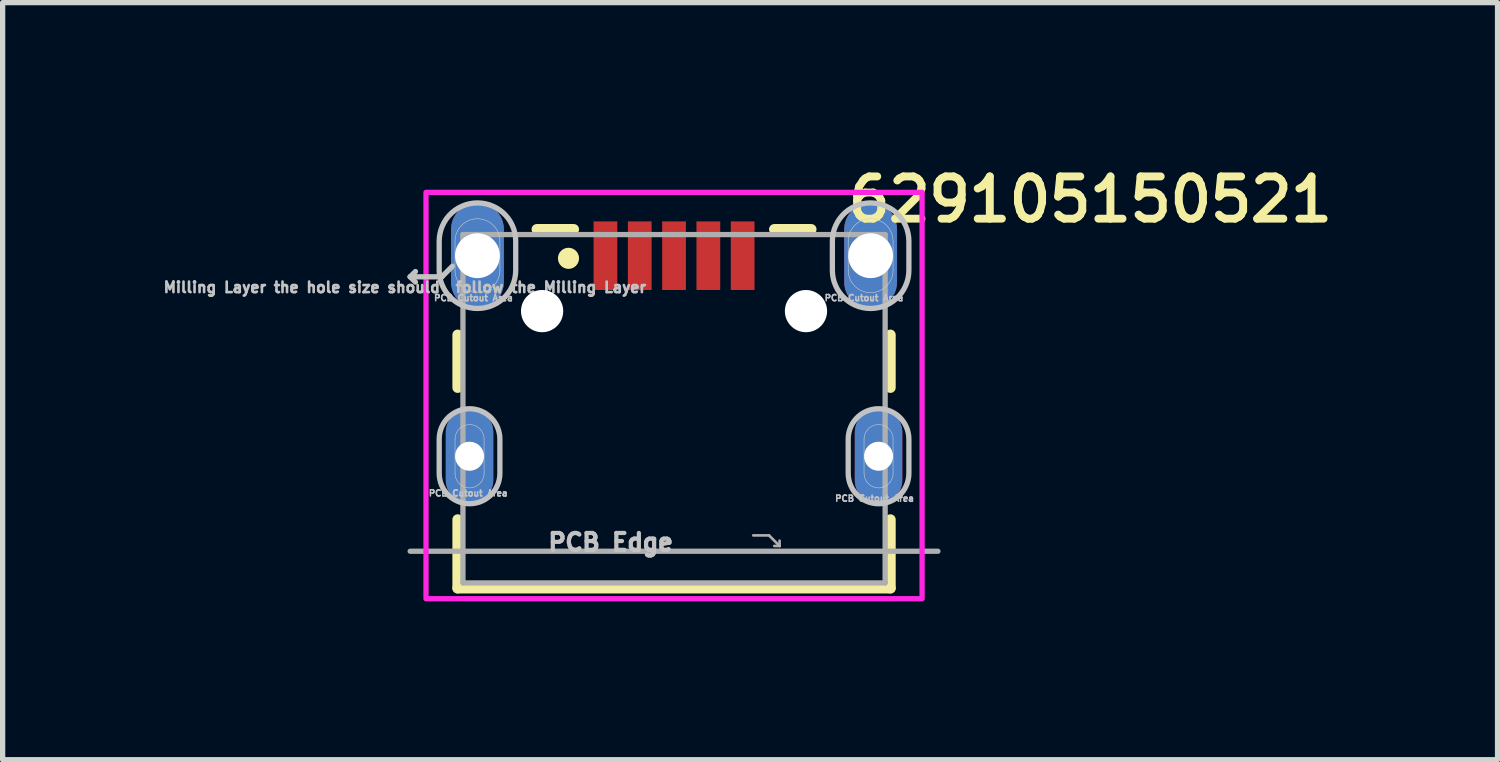
<source format=kicad_pcb>
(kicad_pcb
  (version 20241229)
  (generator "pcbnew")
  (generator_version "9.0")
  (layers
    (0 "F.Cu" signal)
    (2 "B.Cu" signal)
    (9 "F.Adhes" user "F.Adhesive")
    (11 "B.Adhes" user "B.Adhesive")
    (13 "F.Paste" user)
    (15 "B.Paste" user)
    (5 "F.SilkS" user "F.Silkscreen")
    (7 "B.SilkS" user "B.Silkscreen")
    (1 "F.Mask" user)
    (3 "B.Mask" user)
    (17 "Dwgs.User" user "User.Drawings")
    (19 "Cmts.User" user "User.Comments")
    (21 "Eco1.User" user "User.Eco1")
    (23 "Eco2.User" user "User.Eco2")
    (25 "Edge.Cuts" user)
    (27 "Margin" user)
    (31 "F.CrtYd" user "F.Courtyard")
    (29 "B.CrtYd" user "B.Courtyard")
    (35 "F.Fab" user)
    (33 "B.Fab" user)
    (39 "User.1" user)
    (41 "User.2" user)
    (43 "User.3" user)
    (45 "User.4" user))
  (footprint "629105150521"
    (layer "F.Cu")
    (at 9.722 4.695)
    (property "Reference" "629105150521" (at 7.888 -3.964 0) (layer "F.SilkS") (effects (font (size 0.8 0.8) (thickness 0.15))))
    (attr through_hole)
    (fp_poly (pts (xy -3.2 1.225) (xy -3.204 1.296) (xy -3.215 1.365) (xy -3.233 1.434) (xy -3.258 1.5) (xy -3.29 1.563) (xy -3.329 1.622) (xy -3.373 1.677) (xy -3.423 1.727) (xy -3.478 1.771) (xy -3.538 1.81) (xy -3.6 1.842) (xy -3.666 1.867) (xy -3.735 1.885) (xy -3.804 1.896) (xy -3.875 1.9) (xy -3.946 1.896) (xy -4.015 1.885) (xy -4.084 1.867) (xy -4.15 1.842) (xy -4.213 1.81) (xy -4.272 1.771) (xy -4.327 1.727) (xy -4.377 1.677) (xy -4.421 1.622) (xy -4.46 1.563) (xy -4.492 1.5) (xy -4.517 1.434) (xy -4.535 1.365) (xy -4.546 1.296) (xy -4.55 1.225) (xy -4.55 0.575) (xy -4.546 0.504) (xy -4.535 0.435) (xy -4.517 0.366) (xy -4.492 0.3) (xy -4.46 0.238) (xy -4.421 0.178) (xy -4.377 0.123) (xy -4.327 0.073) (xy -4.272 0.029) (xy -4.212 -0.01) (xy -4.15 -0.042) (xy -4.084 -0.067) (xy -4.015 -0.085) (xy -3.946 -0.096) (xy -3.875 -0.1) (xy -3.804 -0.096) (xy -3.735 -0.085) (xy -3.666 -0.067) (xy -3.6 -0.042) (xy -3.538 -0.01) (xy -3.478 0.029) (xy -3.423 0.073) (xy -3.373 0.123) (xy -3.329 0.178) (xy -3.29 0.238) (xy -3.258 0.3) (xy -3.233 0.366) (xy -3.215 0.435) (xy -3.204 0.504) (xy -3.2 0.575) (xy -3.2 1.225)) (stroke (width 0.1) (type solid)) (fill yes) (layer "F.Mask"))
    (fp_poly (pts (xy -2.9 -2.625) (xy -2.905 -2.539) (xy -2.918 -2.453) (xy -2.94 -2.37) (xy -2.971 -2.289) (xy -3.011 -2.212) (xy -3.058 -2.14) (xy -3.112 -2.073) (xy -3.173 -2.012) (xy -3.24 -1.958) (xy -3.312 -1.911) (xy -3.389 -1.871) (xy -3.47 -1.84) (xy -3.553 -1.818) (xy -3.639 -1.805) (xy -3.725 -1.8) (xy -3.811 -1.805) (xy -3.897 -1.818) (xy -3.98 -1.84) (xy -4.061 -1.871) (xy -4.138 -1.911) (xy -4.21 -1.958) (xy -4.277 -2.012) (xy -4.338 -2.073) (xy -4.392 -2.14) (xy -4.439 -2.212) (xy -4.479 -2.289) (xy -4.51 -2.37) (xy -4.532 -2.453) (xy -4.545 -2.539) (xy -4.55 -2.625) (xy -4.55 -3.175) (xy -4.545 -3.261) (xy -4.532 -3.347) (xy -4.51 -3.43) (xy -4.479 -3.511) (xy -4.439 -3.587) (xy -4.392 -3.66) (xy -4.338 -3.727) (xy -4.277 -3.788) (xy -4.21 -3.842) (xy -4.137 -3.889) (xy -4.061 -3.929) (xy -3.98 -3.96) (xy -3.897 -3.982) (xy -3.811 -3.995) (xy -3.725 -4) (xy -3.639 -3.995) (xy -3.553 -3.982) (xy -3.47 -3.96) (xy -3.389 -3.929) (xy -3.312 -3.889) (xy -3.24 -3.842) (xy -3.173 -3.788) (xy -3.112 -3.727) (xy -3.058 -3.66) (xy -3.011 -3.587) (xy -2.971 -3.511) (xy -2.94 -3.43) (xy -2.918 -3.347) (xy -2.905 -3.261) (xy -2.9 -3.175) (xy -2.9 -2.625)) (stroke (width 0.1) (type solid)) (fill yes) (layer "F.Mask"))
    (fp_poly (pts (xy 2.9 -2.625) (xy 2.905 -2.539) (xy 2.918 -2.453) (xy 2.94 -2.37) (xy 2.971 -2.289) (xy 3.011 -2.212) (xy 3.058 -2.14) (xy 3.112 -2.073) (xy 3.173 -2.012) (xy 3.24 -1.958) (xy 3.312 -1.911) (xy 3.389 -1.871) (xy 3.47 -1.84) (xy 3.553 -1.818) (xy 3.639 -1.805) (xy 3.725 -1.8) (xy 3.811 -1.805) (xy 3.897 -1.818) (xy 3.98 -1.84) (xy 4.061 -1.871) (xy 4.137 -1.911) (xy 4.21 -1.958) (xy 4.277 -2.012) (xy 4.338 -2.073) (xy 4.392 -2.14) (xy 4.439 -2.212) (xy 4.479 -2.289) (xy 4.51 -2.37) (xy 4.532 -2.453) (xy 4.545 -2.539) (xy 4.55 -2.625) (xy 4.55 -3.175) (xy 4.545 -3.261) (xy 4.532 -3.347) (xy 4.51 -3.43) (xy 4.479 -3.511) (xy 4.439 -3.587) (xy 4.392 -3.66) (xy 4.338 -3.727) (xy 4.277 -3.788) (xy 4.21 -3.842) (xy 4.137 -3.889) (xy 4.061 -3.929) (xy 3.98 -3.96) (xy 3.897 -3.982) (xy 3.811 -3.995) (xy 3.725 -4) (xy 3.639 -3.995) (xy 3.553 -3.982) (xy 3.47 -3.96) (xy 3.389 -3.929) (xy 3.313 -3.889) (xy 3.24 -3.842) (xy 3.173 -3.788) (xy 3.112 -3.727) (xy 3.058 -3.66) (xy 3.011 -3.587) (xy 2.971 -3.511) (xy 2.94 -3.43) (xy 2.918 -3.347) (xy 2.905 -3.261) (xy 2.9 -3.175) (xy 2.9 -2.625)) (stroke (width 0.1) (type solid)) (fill yes) (layer "F.Mask"))
    (fp_poly (pts (xy 4.55 1.225) (xy 4.546 1.296) (xy 4.535 1.365) (xy 4.517 1.434) (xy 4.492 1.5) (xy 4.46 1.563) (xy 4.421 1.622) (xy 4.377 1.677) (xy 4.327 1.727) (xy 4.272 1.771) (xy 4.213 1.81) (xy 4.15 1.842) (xy 4.084 1.867) (xy 4.015 1.885) (xy 3.946 1.896) (xy 3.875 1.9) (xy 3.804 1.896) (xy 3.735 1.885) (xy 3.666 1.867) (xy 3.6 1.842) (xy 3.537 1.81) (xy 3.478 1.771) (xy 3.423 1.727) (xy 3.373 1.677) (xy 3.329 1.622) (xy 3.29 1.563) (xy 3.258 1.5) (xy 3.233 1.434) (xy 3.215 1.365) (xy 3.204 1.296) (xy 3.2 1.225) (xy 3.2 0.575) (xy 3.204 0.504) (xy 3.215 0.435) (xy 3.233 0.366) (xy 3.258 0.3) (xy 3.29 0.238) (xy 3.329 0.178) (xy 3.373 0.123) (xy 3.423 0.073) (xy 3.478 0.029) (xy 3.538 -0.01) (xy 3.6 -0.042) (xy 3.666 -0.067) (xy 3.735 -0.085) (xy 3.804 -0.096) (xy 3.875 -0.1) (xy 3.946 -0.096) (xy 4.015 -0.085) (xy 4.084 -0.067) (xy 4.15 -0.042) (xy 4.213 -0.01) (xy 4.272 0.029) (xy 4.327 0.073) (xy 4.377 0.123) (xy 4.421 0.178) (xy 4.46 0.238) (xy 4.492 0.3) (xy 4.517 0.366) (xy 4.535 0.435) (xy 4.546 0.504) (xy 4.55 0.575) (xy 4.55 1.225)) (stroke (width 0.1) (type solid)) (fill yes) (layer "F.Mask"))
    (fp_poly (pts (xy -3.2 1.225) (xy -3.204 1.296) (xy -3.215 1.365) (xy -3.233 1.434) (xy -3.258 1.5) (xy -3.29 1.563) (xy -3.329 1.622) (xy -3.373 1.677) (xy -3.423 1.727) (xy -3.478 1.771) (xy -3.538 1.81) (xy -3.6 1.842) (xy -3.666 1.867) (xy -3.735 1.885) (xy -3.804 1.896) (xy -3.875 1.9) (xy -3.946 1.896) (xy -4.015 1.885) (xy -4.084 1.867) (xy -4.15 1.842) (xy -4.213 1.81) (xy -4.272 1.771) (xy -4.327 1.727) (xy -4.377 1.677) (xy -4.421 1.622) (xy -4.46 1.563) (xy -4.492 1.5) (xy -4.517 1.434) (xy -4.535 1.365) (xy -4.546 1.296) (xy -4.55 1.225) (xy -4.55 0.575) (xy -4.546 0.504) (xy -4.535 0.435) (xy -4.517 0.366) (xy -4.492 0.3) (xy -4.46 0.238) (xy -4.421 0.178) (xy -4.377 0.123) (xy -4.327 0.073) (xy -4.272 0.029) (xy -4.212 -0.01) (xy -4.15 -0.042) (xy -4.084 -0.067) (xy -4.015 -0.085) (xy -3.946 -0.096) (xy -3.875 -0.1) (xy -3.804 -0.096) (xy -3.735 -0.085) (xy -3.666 -0.067) (xy -3.6 -0.042) (xy -3.538 -0.01) (xy -3.478 0.029) (xy -3.423 0.073) (xy -3.373 0.123) (xy -3.329 0.178) (xy -3.29 0.238) (xy -3.258 0.3) (xy -3.233 0.366) (xy -3.215 0.435) (xy -3.204 0.504) (xy -3.2 0.575) (xy -3.2 1.225)) (stroke (width 0.1) (type solid)) (fill yes) (layer "B.Mask"))
    (fp_poly (pts (xy -2.9 -2.625) (xy -2.905 -2.539) (xy -2.918 -2.453) (xy -2.94 -2.37) (xy -2.971 -2.289) (xy -3.011 -2.212) (xy -3.058 -2.14) (xy -3.112 -2.073) (xy -3.173 -2.012) (xy -3.24 -1.958) (xy -3.312 -1.911) (xy -3.389 -1.871) (xy -3.47 -1.84) (xy -3.553 -1.818) (xy -3.639 -1.805) (xy -3.725 -1.8) (xy -3.811 -1.805) (xy -3.897 -1.818) (xy -3.98 -1.84) (xy -4.061 -1.871) (xy -4.138 -1.911) (xy -4.21 -1.958) (xy -4.277 -2.012) (xy -4.338 -2.073) (xy -4.392 -2.14) (xy -4.439 -2.212) (xy -4.479 -2.289) (xy -4.51 -2.37) (xy -4.532 -2.453) (xy -4.545 -2.539) (xy -4.55 -2.625) (xy -4.55 -3.175) (xy -4.545 -3.261) (xy -4.532 -3.347) (xy -4.51 -3.43) (xy -4.479 -3.511) (xy -4.439 -3.587) (xy -4.392 -3.66) (xy -4.338 -3.727) (xy -4.277 -3.788) (xy -4.21 -3.842) (xy -4.137 -3.889) (xy -4.061 -3.929) (xy -3.98 -3.96) (xy -3.897 -3.982) (xy -3.811 -3.995) (xy -3.725 -4) (xy -3.639 -3.995) (xy -3.553 -3.982) (xy -3.47 -3.96) (xy -3.389 -3.929) (xy -3.312 -3.889) (xy -3.24 -3.842) (xy -3.173 -3.788) (xy -3.112 -3.727) (xy -3.058 -3.66) (xy -3.011 -3.587) (xy -2.971 -3.511) (xy -2.94 -3.43) (xy -2.918 -3.347) (xy -2.905 -3.261) (xy -2.9 -3.175) (xy -2.9 -2.625)) (stroke (width 0.1) (type solid)) (fill yes) (layer "B.Mask"))
    (fp_poly (pts (xy 2.9 -2.625) (xy 2.905 -2.539) (xy 2.918 -2.453) (xy 2.94 -2.37) (xy 2.971 -2.289) (xy 3.011 -2.212) (xy 3.058 -2.14) (xy 3.112 -2.073) (xy 3.173 -2.012) (xy 3.24 -1.958) (xy 3.312 -1.911) (xy 3.389 -1.871) (xy 3.47 -1.84) (xy 3.553 -1.818) (xy 3.639 -1.805) (xy 3.725 -1.8) (xy 3.811 -1.805) (xy 3.897 -1.818) (xy 3.98 -1.84) (xy 4.061 -1.871) (xy 4.137 -1.911) (xy 4.21 -1.958) (xy 4.277 -2.012) (xy 4.338 -2.073) (xy 4.392 -2.14) (xy 4.439 -2.212) (xy 4.479 -2.289) (xy 4.51 -2.37) (xy 4.532 -2.453) (xy 4.545 -2.539) (xy 4.55 -2.625) (xy 4.55 -3.175) (xy 4.545 -3.261) (xy 4.532 -3.347) (xy 4.51 -3.43) (xy 4.479 -3.511) (xy 4.439 -3.587) (xy 4.392 -3.66) (xy 4.338 -3.727) (xy 4.277 -3.788) (xy 4.21 -3.842) (xy 4.137 -3.889) (xy 4.061 -3.929) (xy 3.98 -3.96) (xy 3.897 -3.982) (xy 3.811 -3.995) (xy 3.725 -4) (xy 3.639 -3.995) (xy 3.553 -3.982) (xy 3.47 -3.96) (xy 3.389 -3.929) (xy 3.313 -3.889) (xy 3.24 -3.842) (xy 3.173 -3.788) (xy 3.112 -3.727) (xy 3.058 -3.66) (xy 3.011 -3.587) (xy 2.971 -3.511) (xy 2.94 -3.43) (xy 2.918 -3.347) (xy 2.905 -3.261) (xy 2.9 -3.175) (xy 2.9 -2.625)) (stroke (width 0.1) (type solid)) (fill yes) (layer "B.Mask"))
    (fp_poly (pts (xy 4.55 1.225) (xy 4.546 1.296) (xy 4.535 1.365) (xy 4.517 1.434) (xy 4.492 1.5) (xy 4.46 1.563) (xy 4.421 1.622) (xy 4.377 1.677) (xy 4.327 1.727) (xy 4.272 1.771) (xy 4.213 1.81) (xy 4.15 1.842) (xy 4.084 1.867) (xy 4.015 1.885) (xy 3.946 1.896) (xy 3.875 1.9) (xy 3.804 1.896) (xy 3.735 1.885) (xy 3.666 1.867) (xy 3.6 1.842) (xy 3.537 1.81) (xy 3.478 1.771) (xy 3.423 1.727) (xy 3.373 1.677) (xy 3.329 1.622) (xy 3.29 1.563) (xy 3.258 1.5) (xy 3.233 1.434) (xy 3.215 1.365) (xy 3.204 1.296) (xy 3.2 1.225) (xy 3.2 0.575) (xy 3.204 0.504) (xy 3.215 0.435) (xy 3.233 0.366) (xy 3.258 0.3) (xy 3.29 0.238) (xy 3.329 0.178) (xy 3.373 0.123) (xy 3.423 0.073) (xy 3.478 0.029) (xy 3.538 -0.01) (xy 3.6 -0.042) (xy 3.666 -0.067) (xy 3.735 -0.085) (xy 3.804 -0.096) (xy 3.875 -0.1) (xy 3.946 -0.096) (xy 4.015 -0.085) (xy 4.084 -0.067) (xy 4.15 -0.042) (xy 4.213 -0.01) (xy 4.272 0.029) (xy 4.327 0.073) (xy 4.377 0.123) (xy 4.421 0.178) (xy 4.46 0.238) (xy 4.492 0.3) (xy 4.517 0.366) (xy 4.535 0.435) (xy 4.546 0.504) (xy 4.55 0.575) (xy 4.55 1.225)) (stroke (width 0.1) (type solid)) (fill yes) (layer "B.Mask"))
    (fp_line (start -4.1 -1.4) (end -4.1 -0.4) (stroke (width 0.2) (type solid)) (layer "F.SilkS"))
    (fp_line (start -4.1 2.1) (end -4.1 3.4) (stroke (width 0.2) (type solid)) (layer "F.SilkS"))
    (fp_line (start -4.1 3.4) (end 4.1 3.4) (stroke (width 0.2) (type solid)) (layer "F.SilkS"))
    (fp_line (start -2.6 -3.4) (end -1.9 -3.4) (stroke (width 0.2) (type solid)) (layer "F.SilkS"))
    (fp_line (start 1.9 -3.4) (end 2.6 -3.4) (stroke (width 0.2) (type solid)) (layer "F.SilkS"))
    (fp_line (start 4.1 -0.4) (end 4.1 -1.4) (stroke (width 0.2) (type solid)) (layer "F.SilkS"))
    (fp_line (start 4.1 3.4) (end 4.1 2.1) (stroke (width 0.2) (type solid)) (layer "F.SilkS"))
    (fp_circle (center -2 -2.85) (end -1.9 -2.85) (stroke (width 0.2) (type solid)) (fill no) (layer "F.SilkS"))
    (fp_line (start -5 -2.5) (end -4.9 -2.6) (stroke (width 0.1) (type solid)) (layer "Dwgs.User"))
    (fp_line (start -5 -2.5) (end -4.9 -2.4) (stroke (width 0.1) (type solid)) (layer "Dwgs.User"))
    (fp_line (start -5 -2.5) (end -4.4 -2.5) (stroke (width 0.1) (type solid)) (layer "Dwgs.User"))
    (fp_line (start -4.4 -2.5) (end -4.2 -2.7) (stroke (width 0.1) (type solid)) (layer "Dwgs.User"))
    (fp_poly (pts (xy -3.3 1.225) (xy -3.303 1.285) (xy -3.313 1.345) (xy -3.328 1.403) (xy -3.35 1.459) (xy -3.377 1.513) (xy -3.41 1.563) (xy -3.448 1.61) (xy -3.49 1.652) (xy -3.537 1.69) (xy -3.587 1.723) (xy -3.641 1.75) (xy -3.697 1.772) (xy -3.755 1.787) (xy -3.815 1.797) (xy -3.875 1.8) (xy -3.935 1.797) (xy -3.995 1.787) (xy -4.053 1.772) (xy -4.109 1.75) (xy -4.163 1.723) (xy -4.213 1.69) (xy -4.26 1.652) (xy -4.302 1.61) (xy -4.34 1.563) (xy -4.373 1.513) (xy -4.4 1.459) (xy -4.422 1.403) (xy -4.437 1.345) (xy -4.447 1.285) (xy -4.45 1.225) (xy -4.45 0.575) (xy -4.447 0.515) (xy -4.437 0.455) (xy -4.422 0.397) (xy -4.4 0.341) (xy -4.373 0.287) (xy -4.34 0.237) (xy -4.302 0.19) (xy -4.26 0.148) (xy -4.213 0.11) (xy -4.162 0.077) (xy -4.109 0.05) (xy -4.053 0.028) (xy -3.995 0.013) (xy -3.935 0.003) (xy -3.875 0) (xy -3.815 0.003) (xy -3.755 0.013) (xy -3.697 0.028) (xy -3.641 0.05) (xy -3.587 0.077) (xy -3.537 0.11) (xy -3.49 0.148) (xy -3.448 0.19) (xy -3.41 0.237) (xy -3.377 0.287) (xy -3.35 0.341) (xy -3.328 0.397) (xy -3.313 0.455) (xy -3.303 0.515) (xy -3.3 0.575) (xy -3.3 1.225)) (stroke (width 0.1) (type solid)) (fill no) (layer "Dwgs.User"))
    (fp_poly (pts (xy -3 -2.625) (xy -3.004 -2.549) (xy -3.016 -2.474) (xy -3.035 -2.401) (xy -3.063 -2.33) (xy -3.097 -2.262) (xy -3.138 -2.199) (xy -3.186 -2.14) (xy -3.24 -2.086) (xy -3.299 -2.038) (xy -3.362 -1.997) (xy -3.43 -1.963) (xy -3.501 -1.935) (xy -3.574 -1.916) (xy -3.649 -1.904) (xy -3.725 -1.9) (xy -3.801 -1.904) (xy -3.876 -1.916) (xy -3.949 -1.935) (xy -4.02 -1.963) (xy -4.088 -1.997) (xy -4.151 -2.038) (xy -4.21 -2.086) (xy -4.264 -2.14) (xy -4.312 -2.199) (xy -4.353 -2.262) (xy -4.387 -2.33) (xy -4.415 -2.401) (xy -4.434 -2.474) (xy -4.446 -2.549) (xy -4.45 -2.625) (xy -4.45 -3.175) (xy -4.446 -3.251) (xy -4.434 -3.326) (xy -4.415 -3.399) (xy -4.387 -3.47) (xy -4.353 -3.537) (xy -4.312 -3.601) (xy -4.264 -3.66) (xy -4.21 -3.714) (xy -4.151 -3.762) (xy -4.088 -3.803) (xy -4.02 -3.837) (xy -3.949 -3.865) (xy -3.876 -3.884) (xy -3.801 -3.896) (xy -3.725 -3.9) (xy -3.649 -3.896) (xy -3.574 -3.884) (xy -3.501 -3.865) (xy -3.43 -3.837) (xy -3.362 -3.803) (xy -3.299 -3.762) (xy -3.24 -3.714) (xy -3.186 -3.66) (xy -3.138 -3.601) (xy -3.097 -3.537) (xy -3.063 -3.47) (xy -3.035 -3.399) (xy -3.016 -3.326) (xy -3.004 -3.251) (xy -3 -3.175) (xy -3 -2.625)) (stroke (width 0.1) (type solid)) (fill no) (layer "Dwgs.User"))
    (fp_poly (pts (xy 3 -2.625) (xy 3.004 -2.549) (xy 3.016 -2.474) (xy 3.035 -2.401) (xy 3.063 -2.33) (xy 3.097 -2.262) (xy 3.138 -2.199) (xy 3.186 -2.14) (xy 3.24 -2.086) (xy 3.299 -2.038) (xy 3.362 -1.997) (xy 3.43 -1.963) (xy 3.501 -1.935) (xy 3.574 -1.916) (xy 3.649 -1.904) (xy 3.725 -1.9) (xy 3.801 -1.904) (xy 3.876 -1.916) (xy 3.949 -1.935) (xy 4.02 -1.963) (xy 4.088 -1.997) (xy 4.151 -2.038) (xy 4.21 -2.086) (xy 4.264 -2.14) (xy 4.312 -2.199) (xy 4.353 -2.262) (xy 4.387 -2.33) (xy 4.415 -2.401) (xy 4.434 -2.474) (xy 4.446 -2.549) (xy 4.45 -2.625) (xy 4.45 -3.175) (xy 4.446 -3.251) (xy 4.434 -3.326) (xy 4.415 -3.399) (xy 4.387 -3.47) (xy 4.353 -3.537) (xy 4.312 -3.601) (xy 4.264 -3.66) (xy 4.21 -3.714) (xy 4.151 -3.762) (xy 4.088 -3.803) (xy 4.02 -3.837) (xy 3.949 -3.865) (xy 3.876 -3.884) (xy 3.801 -3.896) (xy 3.725 -3.9) (xy 3.649 -3.896) (xy 3.574 -3.884) (xy 3.501 -3.865) (xy 3.43 -3.837) (xy 3.363 -3.803) (xy 3.299 -3.762) (xy 3.24 -3.714) (xy 3.186 -3.66) (xy 3.138 -3.601) (xy 3.097 -3.537) (xy 3.063 -3.47) (xy 3.035 -3.399) (xy 3.016 -3.326) (xy 3.004 -3.251) (xy 3 -3.175) (xy 3 -2.625)) (stroke (width 0.1) (type solid)) (fill no) (layer "Dwgs.User"))
    (fp_poly (pts (xy 4.45 1.225) (xy 4.447 1.285) (xy 4.437 1.345) (xy 4.422 1.403) (xy 4.4 1.459) (xy 4.373 1.513) (xy 4.34 1.563) (xy 4.302 1.61) (xy 4.26 1.652) (xy 4.213 1.69) (xy 4.163 1.723) (xy 4.109 1.75) (xy 4.053 1.772) (xy 3.995 1.787) (xy 3.935 1.797) (xy 3.875 1.8) (xy 3.815 1.797) (xy 3.755 1.787) (xy 3.697 1.772) (xy 3.641 1.75) (xy 3.587 1.723) (xy 3.537 1.69) (xy 3.49 1.652) (xy 3.448 1.61) (xy 3.41 1.563) (xy 3.377 1.513) (xy 3.35 1.459) (xy 3.328 1.403) (xy 3.313 1.345) (xy 3.303 1.285) (xy 3.3 1.225) (xy 3.3 0.575) (xy 3.303 0.515) (xy 3.313 0.455) (xy 3.328 0.397) (xy 3.35 0.341) (xy 3.377 0.287) (xy 3.41 0.237) (xy 3.448 0.19) (xy 3.49 0.148) (xy 3.537 0.11) (xy 3.587 0.077) (xy 3.641 0.05) (xy 3.697 0.028) (xy 3.755 0.013) (xy 3.815 0.003) (xy 3.875 0) (xy 3.935 0.003) (xy 3.995 0.013) (xy 4.053 0.028) (xy 4.109 0.05) (xy 4.163 0.077) (xy 4.213 0.11) (xy 4.26 0.148) (xy 4.302 0.19) (xy 4.34 0.237) (xy 4.373 0.287) (xy 4.4 0.341) (xy 4.422 0.397) (xy 4.437 0.455) (xy 4.447 0.515) (xy 4.45 0.575) (xy 4.45 1.225)) (stroke (width 0.1) (type solid)) (fill no) (layer "Dwgs.User"))
    (fp_line (start -4.15 -2.625) (end -4.15 -3.175) (stroke (width 0.01) (type solid)) (layer "Edge.Cuts"))
    (fp_line (start -4.15 1.225) (end -4.15 0.575) (stroke (width 0.01) (type solid)) (layer "Edge.Cuts"))
    (fp_line (start -3.6 0.575) (end -3.6 1.225) (stroke (width 0.01) (type solid)) (layer "Edge.Cuts"))
    (fp_line (start -3.3 -3.175) (end -3.3 -2.625) (stroke (width 0.01) (type solid)) (layer "Edge.Cuts"))
    (fp_line (start 3.3 -3.175) (end 3.3 -2.625) (stroke (width 0.01) (type solid)) (layer "Edge.Cuts"))
    (fp_line (start 3.6 1.225) (end 3.6 0.575) (stroke (width 0.01) (type solid)) (layer "Edge.Cuts"))
    (fp_line (start 4.15 -2.625) (end 4.15 -3.175) (stroke (width 0.01) (type solid)) (layer "Edge.Cuts"))
    (fp_line (start 4.15 0.575) (end 4.15 1.225) (stroke (width 0.01) (type solid)) (layer "Edge.Cuts"))
    (fp_arc (start -4.15 -3.175) (mid -3.725 -3.6) (end -3.3 -3.175) (stroke (width 0.01) (type solid)) (layer "Edge.Cuts"))
    (fp_arc (start -4.15 0.575) (mid -3.875 0.3) (end -3.6 0.575) (stroke (width 0.01) (type solid)) (layer "Edge.Cuts"))
    (fp_arc (start -3.6 1.225) (mid -3.875 1.5) (end -4.15 1.225) (stroke (width 0.01) (type solid)) (layer "Edge.Cuts"))
    (fp_arc (start -3.3 -2.625) (mid -3.725 -2.2) (end -4.15 -2.625) (stroke (width 0.01) (type solid)) (layer "Edge.Cuts"))
    (fp_arc (start 3.3 -3.175) (mid 3.725 -3.6) (end 4.15 -3.175) (stroke (width 0.01) (type solid)) (layer "Edge.Cuts"))
    (fp_arc (start 3.6 0.575) (mid 3.875 0.3) (end 4.15 0.575) (stroke (width 0.01) (type solid)) (layer "Edge.Cuts"))
    (fp_arc (start 4.15 -2.625) (mid 3.725 -2.2) (end 3.3 -2.625) (stroke (width 0.01) (type solid)) (layer "Edge.Cuts"))
    (fp_arc (start 4.15 1.225) (mid 3.875 1.5) (end 3.6 1.225) (stroke (width 0.01) (type solid)) (layer "Edge.Cuts"))
    (fp_poly (pts (xy -4.7 -4.1) (xy 4.7 -4.1) (xy 4.7 3.6) (xy -4.7 3.6)) (stroke (width 0.1) (type solid)) (fill no) (layer "F.CrtYd"))
    (fp_line (start -4 -3.3) (end 4 -3.3) (stroke (width 0.1) (type solid)) (layer "F.Fab"))
    (fp_line (start -4 2.7) (end -5 2.7) (stroke (width 0.1) (type solid)) (layer "F.Fab"))
    (fp_line (start -4 2.7) (end -4 -3.3) (stroke (width 0.1) (type solid)) (layer "F.Fab"))
    (fp_line (start -4 2.7) (end 4 2.7) (stroke (width 0.1) (type solid)) (layer "F.Fab"))
    (fp_line (start -4 3.3) (end -4 2.7) (stroke (width 0.1) (type solid)) (layer "F.Fab"))
    (fp_line (start -4 3.3) (end 4 3.3) (stroke (width 0.1) (type solid)) (layer "F.Fab"))
    (fp_line (start 1.5 2.4) (end 1.8 2.4) (stroke (width 0.05) (type solid)) (layer "F.Fab"))
    (fp_line (start 1.8 2.4) (end 2 2.6) (stroke (width 0.05) (type solid)) (layer "F.Fab"))
    (fp_line (start 2 2.6) (end 1.9 2.6) (stroke (width 0.05) (type solid)) (layer "F.Fab"))
    (fp_line (start 2 2.6) (end 2 2.5) (stroke (width 0.05) (type solid)) (layer "F.Fab"))
    (fp_line (start 4 2.7) (end 4 -3.3) (stroke (width 0.1) (type solid)) (layer "F.Fab"))
    (fp_line (start 4 2.7) (end 5 2.7) (stroke (width 0.1) (type solid)) (layer "F.Fab"))
    (fp_line (start 4 3.3) (end 4 2.7) (stroke (width 0.1) (type solid)) (layer "F.Fab"))
    (fp_text user "PCB Edge" (at -1.2 2.53 0) (layer "Dwgs.User") (effects (font (size 0.32 0.32) (thickness 0.15))))
    (fp_text user "PCB Cutout Area" (at -3.9 1.6 0) (layer "Dwgs.User") (effects (font (size 0.118 0.118) (thickness 0.15))))
    (fp_text user "Milling Layer the hole size should  follow the Milling Layer" (at -5.1 -2.3 0) (layer "Dwgs.User") (effects (font (size 0.2 0.2) (thickness 0.15))))
    (fp_text user "PCB Cutout Area" (at -3.8 -2.1 0) (layer "Dwgs.User") (effects (font (size 0.118 0.118) (thickness 0.15))))
    (fp_text user "PCB Cutout Area" (at 3.8 1.7 0) (layer "Dwgs.User") (effects (font (size 0.118 0.118) (thickness 0.15))))
    (fp_text user "PCB Cutout Area" (at 3.6 -2.1 0) (layer "Dwgs.User") (effects (font (size 0.118 0.118) (thickness 0.15))))
    (pad "" np_thru_hole circle (at -2.5 -1.85) (size 0.8 0.8) (drill 0.8) (layers "*.Cu" "*.Mask"))
    (pad "" np_thru_hole circle (at 2.5 -1.85) (size 0.8 0.8) (drill 0.8) (layers "*.Cu" "*.Mask"))
    (pad "1" smd rect (at -1.3 -2.9) (size 0.45 1.3) (layers "F.Cu" "F.Mask" "F.Paste"))
    (pad "2" smd rect (at -0.65 -2.9) (size 0.45 1.3) (layers "F.Cu" "F.Mask" "F.Paste"))
    (pad "3" smd rect (at 0 -2.9) (size 0.45 1.3) (layers "F.Cu" "F.Mask" "F.Paste"))
    (pad "4" smd rect (at 0.65 -2.9) (size 0.45 1.3) (layers "F.Cu" "F.Mask" "F.Paste"))
    (pad "5" smd rect (at 1.3 -2.9) (size 0.45 1.3) (layers "F.Cu" "F.Mask" "F.Paste"))
    (pad "S1" thru_hole oval (at -3.725 -2.9) (size 1 2) (drill 0.85) (layers "*.Cu"))
    (pad "S2" thru_hole oval (at 3.725 -2.9) (size 1 2) (drill 0.85) (layers "*.Cu"))
    (pad "S3" thru_hole oval (at 3.875 0.9) (size 0.9 1.8) (drill 0.55) (layers "*.Cu"))
    (pad "S4" thru_hole oval (at -3.875 0.9) (size 0.9 1.8) (drill 0.55) (layers "*.Cu")))
  (gr_rect
    (start -3 -3)
    (end 25.326 11.345)
    (stroke (width 0.1) (type default))
    (fill no)
    (layer "Edge.Cuts")))
</source>
